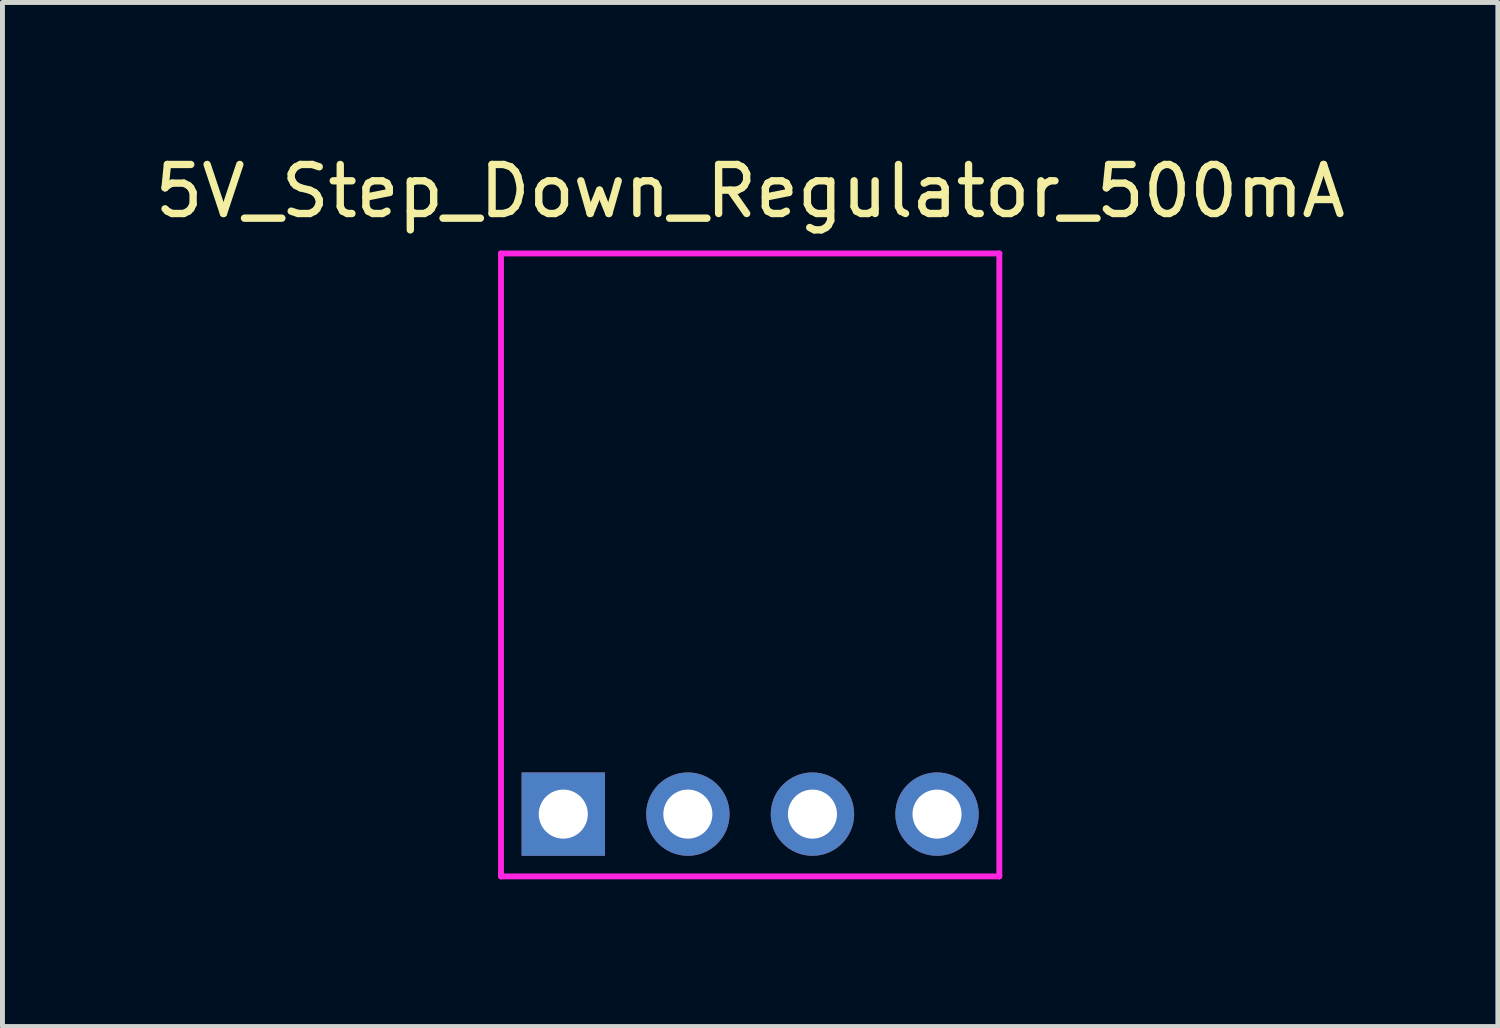
<source format=kicad_pcb>
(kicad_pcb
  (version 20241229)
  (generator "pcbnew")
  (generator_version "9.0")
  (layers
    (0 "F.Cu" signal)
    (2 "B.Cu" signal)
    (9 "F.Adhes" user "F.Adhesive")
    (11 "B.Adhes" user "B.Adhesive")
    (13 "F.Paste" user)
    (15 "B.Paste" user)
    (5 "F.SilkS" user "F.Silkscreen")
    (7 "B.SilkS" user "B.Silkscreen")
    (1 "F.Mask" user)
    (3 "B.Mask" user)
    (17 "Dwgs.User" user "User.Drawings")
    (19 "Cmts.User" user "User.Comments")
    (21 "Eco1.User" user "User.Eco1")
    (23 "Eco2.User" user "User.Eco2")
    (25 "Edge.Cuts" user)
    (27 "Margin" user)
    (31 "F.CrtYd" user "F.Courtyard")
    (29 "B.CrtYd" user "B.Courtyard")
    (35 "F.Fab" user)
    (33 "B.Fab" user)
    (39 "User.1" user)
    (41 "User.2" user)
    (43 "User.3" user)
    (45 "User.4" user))
  (footprint "5V_Step_Down_Regulator_500mA"
    (layer "F.Cu")
    (at 12.244 8.468)
    (property "Reference" "5V_Step_Down_Regulator_500mA" (at 0 -7.62 0) (layer "F.SilkS") (effects (font (size 1 1) (thickness 0.15))))
    (attr through_hole)
    (fp_line (start -5.08 -6.35) (end 5.08 -6.35) (stroke (width 0.12) (type solid)) (layer "F.CrtYd"))
    (fp_line (start -5.08 6.35) (end -5.08 -6.35) (stroke (width 0.12) (type solid)) (layer "F.CrtYd"))
    (fp_line (start -5.08 6.35) (end 5.08 6.35) (stroke (width 0.12) (type solid)) (layer "F.CrtYd"))
    (fp_line (start 5.08 6.35) (end 5.08 -6.35) (stroke (width 0.12) (type solid)) (layer "F.CrtYd"))
    (pad "1" thru_hole rect (at -3.81 5.08) (size 1.7 1.7) (drill 1) (layers "*.Cu" "*.Mask"))
    (pad "2" thru_hole circle (at -1.27 5.08) (size 1.7 1.7) (drill 1) (layers "*.Cu" "*.Mask"))
    (pad "3" thru_hole circle (at 1.27 5.08) (size 1.7 1.7) (drill 1) (layers "*.Cu" "*.Mask"))
    (pad "4" thru_hole circle (at 3.81 5.08) (size 1.7 1.7) (drill 1) (layers "*.Cu" "*.Mask")))
  (gr_rect
    (start -3 -3)
    (end 27.488 17.878)
    (stroke (width 0.1) (type default))
    (fill no)
    (layer "Edge.Cuts")))
</source>
